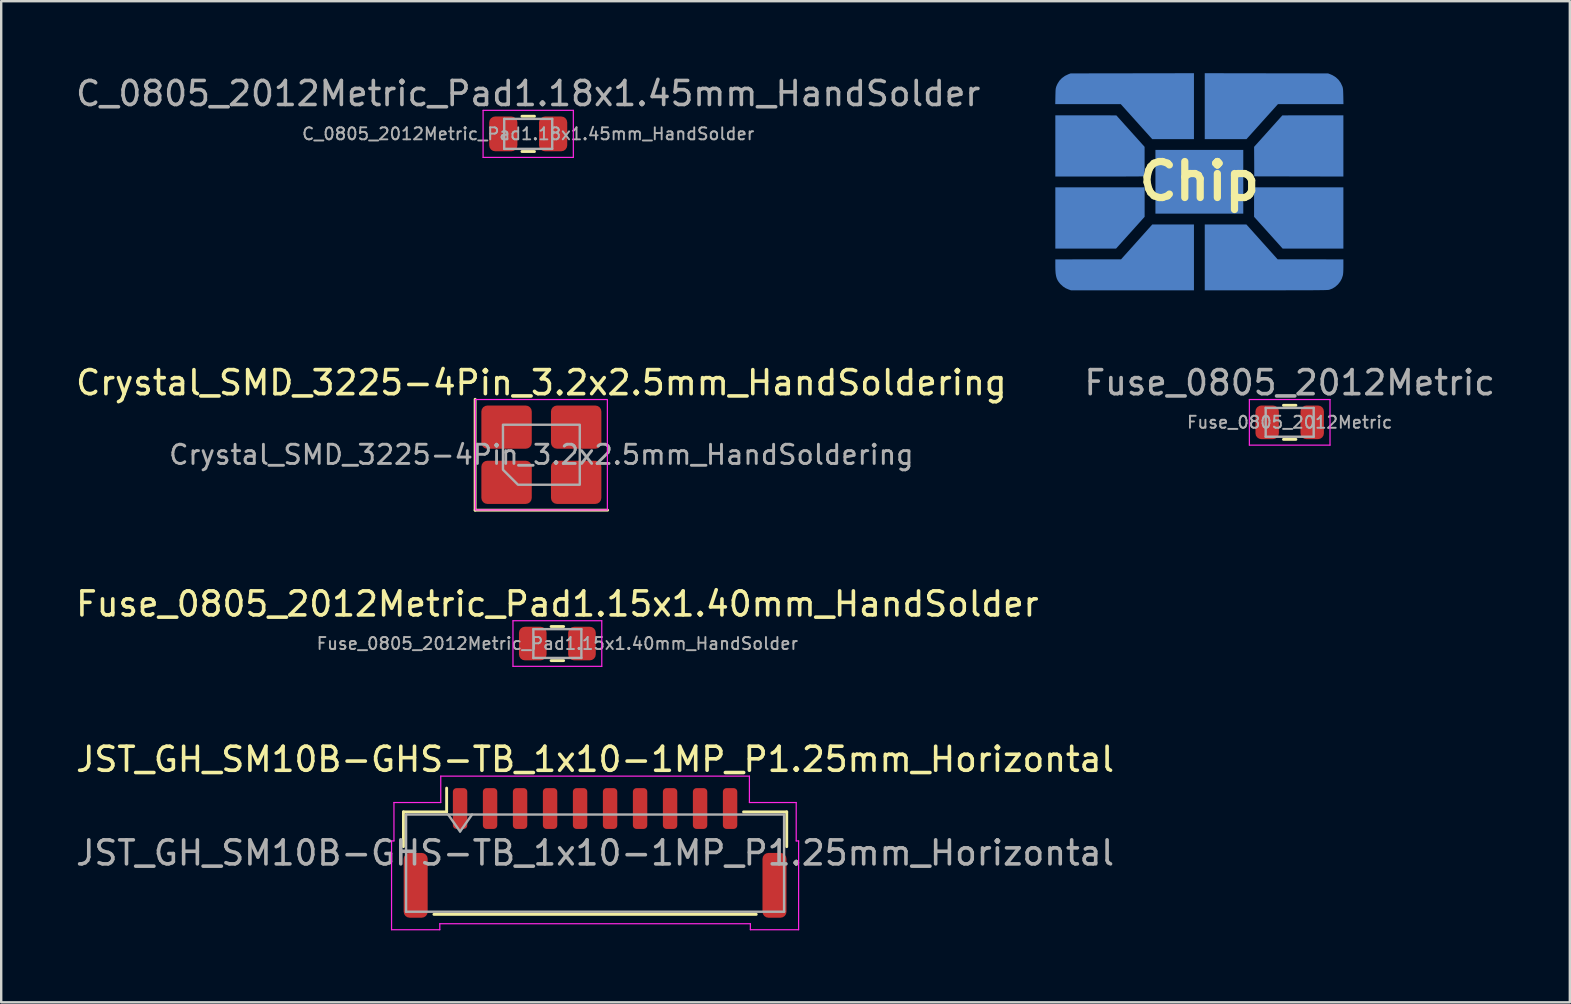
<source format=kicad_pcb>
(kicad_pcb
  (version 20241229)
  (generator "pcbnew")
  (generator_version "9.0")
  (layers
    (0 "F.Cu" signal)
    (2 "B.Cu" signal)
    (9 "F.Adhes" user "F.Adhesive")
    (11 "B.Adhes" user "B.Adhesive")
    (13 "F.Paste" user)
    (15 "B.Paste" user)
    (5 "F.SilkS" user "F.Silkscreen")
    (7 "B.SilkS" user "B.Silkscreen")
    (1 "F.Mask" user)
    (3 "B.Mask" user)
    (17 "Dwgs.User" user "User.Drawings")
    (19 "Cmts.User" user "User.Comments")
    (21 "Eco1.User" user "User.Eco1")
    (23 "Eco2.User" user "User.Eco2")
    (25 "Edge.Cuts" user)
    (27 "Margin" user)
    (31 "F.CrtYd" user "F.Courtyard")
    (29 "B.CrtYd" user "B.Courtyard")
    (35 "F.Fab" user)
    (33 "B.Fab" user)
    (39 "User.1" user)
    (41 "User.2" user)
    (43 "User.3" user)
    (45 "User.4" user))
  (footprint "C_0805_2012Metric_Pad1.18x1.45mm_HandSolder"
    (layer "F.Cu")
    (at 18.958 2.528)
    (property "Reference" "C_0805_2012Metric_Pad1.18x1.45mm_HandSolder" (at 0 -1.68 0) (layer "F.Fab") (effects (font (size 1 1) (thickness 0.15))))
    (attr smd)
    (fp_line (start -0.261 -0.735) (end 0.261 -0.735) (stroke (width 0.12) (type solid)) (layer "F.SilkS"))
    (fp_line (start -0.261 0.735) (end 0.261 0.735) (stroke (width 0.12) (type solid)) (layer "F.SilkS"))
    (fp_line (start -1.88 -0.98) (end 1.88 -0.98) (stroke (width 0.05) (type solid)) (layer "F.CrtYd"))
    (fp_line (start -1.88 0.98) (end -1.88 -0.98) (stroke (width 0.05) (type solid)) (layer "F.CrtYd"))
    (fp_line (start 1.88 -0.98) (end 1.88 0.98) (stroke (width 0.05) (type solid)) (layer "F.CrtYd"))
    (fp_line (start 1.88 0.98) (end -1.88 0.98) (stroke (width 0.05) (type solid)) (layer "F.CrtYd"))
    (fp_line (start -1 -0.625) (end 1 -0.625) (stroke (width 0.1) (type solid)) (layer "F.Fab"))
    (fp_line (start -1 0.625) (end -1 -0.625) (stroke (width 0.1) (type solid)) (layer "F.Fab"))
    (fp_line (start 1 -0.625) (end 1 0.625) (stroke (width 0.1) (type solid)) (layer "F.Fab"))
    (fp_line (start 1 0.625) (end -1 0.625) (stroke (width 0.1) (type solid)) (layer "F.Fab"))
    (fp_text user "${REFERENCE}" (at 0 0 0) (layer "F.Fab") (effects (font (size 0.5 0.5) (thickness 0.08))))
    (pad "1" smd roundrect (at -1.038 0) (size 1.175 1.45) (layers "F.Cu" "F.Mask" "F.Paste") (roundrect_rratio 0.213))
    (pad "2" smd roundrect (at 1.038 0) (size 1.175 1.45) (layers "F.Cu" "F.Mask" "F.Paste") (roundrect_rratio 0.213)))
  (footprint "Chip"
    (layer "F.Cu")
    (at 46.921 4.501)
    (property "Reference" "Chip" (at 0 0 0) (layer "F.SilkS") (effects (font (size 1.5 1.5) (thickness 0.3))))
    (attr board_only exclude_from_pos_files exclude_from_bom)
    (fp_poly (pts (xy -1.83 0.023) (xy -1.83 1.35) (xy 0 1.35) (xy 1.83 1.35) (xy 1.83 0.023) (xy 1.83 -1.305) (xy 0 -1.305) (xy -1.83 -1.305)) (stroke (width 0) (type solid)) (fill yes) (layers "B.Cu" "B.Mask"))
    (fp_poly (pts (xy -6.001 1.53) (xy -6.001 2.806) (xy -4.735 2.806) (xy -3.47 2.806) (xy -2.875 2.144) (xy -2.28 1.482) (xy -2.28 0.869) (xy -2.28 0.255) (xy -4.141 0.255) (xy -6.001 0.255)) (stroke (width 0) (type solid)) (fill yes) (layers "B.Cu" "B.Mask"))
    (fp_poly (pts (xy 2.28 0.868) (xy 2.28 1.482) (xy 2.875 2.144) (xy 3.47 2.806) (xy 4.735 2.806) (xy 6.001 2.806) (xy 6.001 1.53) (xy 6.001 0.255) (xy 4.141 0.255) (xy 2.28 0.255)) (stroke (width 0) (type solid)) (fill yes) (layers "B.Cu" "B.Mask"))
    (fp_poly (pts (xy 4.73 -2.745) (xy 3.458 -2.744) (xy 2.87 -2.088) (xy 2.281 -1.433) (xy 2.285 -0.818) (xy 2.288 -0.203) (xy 4.145 -0.199) (xy 6.001 -0.195) (xy 6.001 -1.47) (xy 6.001 -2.746)) (stroke (width 0) (type solid)) (fill yes) (layers "B.Cu" "B.Mask"))
    (fp_poly (pts (xy -2.611 2.528) (xy -3.263 3.255) (xy -4.632 3.255) (xy -6.001 3.256) (xy -6.001 3.544) (xy -5.998 3.701) (xy -5.989 3.832) (xy -5.972 3.942) (xy -5.946 4.037) (xy -5.909 4.121) (xy -5.861 4.197) (xy -5.8 4.272) (xy -5.78 4.293) (xy -5.679 4.386) (xy -5.573 4.456) (xy -5.451 4.509) (xy -5.45 4.509) (xy -5.349 4.545) (xy -2.787 4.546) (xy -0.225 4.546) (xy -0.225 3.173) (xy -0.225 1.8) (xy -1.092 1.8) (xy -1.96 1.8)) (stroke (width 0) (type solid)) (fill yes) (layers "B.Cu" "B.Mask"))
    (fp_poly (pts (xy 0.225 -3.128) (xy 0.225 -1.755) (xy 1.095 -1.755) (xy 1.965 -1.755) (xy 2.619 -2.483) (xy 3.274 -3.211) (xy 4.639 -3.211) (xy 6.004 -3.211) (xy 5.998 -3.537) (xy 5.995 -3.648) (xy 5.992 -3.733) (xy 5.989 -3.799) (xy 5.984 -3.849) (xy 5.977 -3.889) (xy 5.969 -3.922) (xy 5.959 -3.952) (xy 5.89 -4.099) (xy 5.8 -4.225) (xy 5.688 -4.33) (xy 5.555 -4.414) (xy 5.467 -4.453) (xy 5.364 -4.493) (xy 2.794 -4.497) (xy 0.225 -4.501)) (stroke (width 0) (type solid)) (fill yes) (layers "B.Cu" "B.Mask"))
    (fp_poly (pts (xy -2.794 -4.497) (xy -5.364 -4.493) (xy -5.452 -4.46) (xy -5.601 -4.389) (xy -5.727 -4.297) (xy -5.832 -4.186) (xy -5.914 -4.054) (xy -5.953 -3.966) (xy -5.966 -3.931) (xy -5.975 -3.897) (xy -5.983 -3.862) (xy -5.988 -3.819) (xy -5.992 -3.764) (xy -5.994 -3.691) (xy -5.997 -3.596) (xy -5.998 -3.537) (xy -6.004 -3.211) (xy -4.639 -3.211) (xy -3.273 -3.211) (xy -2.619 -2.483) (xy -1.965 -1.755) (xy -1.095 -1.755) (xy -0.225 -1.755) (xy -0.225 -3.128) (xy -0.225 -4.501)) (stroke (width 0) (type solid)) (fill yes) (layers "B.Cu" "B.Mask"))
    (fp_poly (pts (xy -6.001 -1.47) (xy -6.001 -0.195) (xy -4.151 -0.195) (xy -3.918 -0.195) (xy -3.693 -0.195) (xy -3.478 -0.196) (xy -3.275 -0.196) (xy -3.086 -0.197) (xy -2.913 -0.198) (xy -2.757 -0.198) (xy -2.621 -0.199) (xy -2.505 -0.2) (xy -2.413 -0.202) (xy -2.345 -0.203) (xy -2.303 -0.204) (xy -2.29 -0.205) (xy -2.288 -0.222) (xy -2.286 -0.265) (xy -2.285 -0.332) (xy -2.283 -0.42) (xy -2.282 -0.524) (xy -2.281 -0.643) (xy -2.281 -0.772) (xy -2.281 -0.824) (xy -2.281 -1.433) (xy -2.87 -2.088) (xy -3.458 -2.744) (xy -4.73 -2.745) (xy -6.001 -2.746)) (stroke (width 0) (type solid)) (fill yes) (layers "B.Cu" "B.Mask"))
    (fp_poly (pts (xy 0.225 3.173) (xy 0.225 4.546) (xy 2.779 4.545) (xy 3.11 4.545) (xy 3.411 4.545) (xy 3.686 4.544) (xy 3.934 4.544) (xy 4.157 4.543) (xy 4.357 4.543) (xy 4.535 4.542) (xy 4.692 4.542) (xy 4.83 4.541) (xy 4.949 4.54) (xy 5.051 4.538) (xy 5.137 4.537) (xy 5.21 4.536) (xy 5.269 4.534) (xy 5.316 4.532) (xy 5.353 4.53) (xy 5.381 4.527) (xy 5.401 4.525) (xy 5.414 4.522) (xy 5.544 4.472) (xy 5.665 4.397) (xy 5.773 4.301) (xy 5.864 4.187) (xy 5.934 4.06) (xy 5.978 3.929) (xy 5.988 3.874) (xy 5.995 3.8) (xy 5.999 3.705) (xy 6.001 3.584) (xy 6.001 3.544) (xy 6.001 3.256) (xy 4.632 3.255) (xy 3.263 3.255) (xy 2.611 2.528) (xy 1.959 1.8) (xy 1.092 1.8) (xy 0.225 1.8)) (stroke (width 0) (type solid)) (fill yes) (layers "B.Cu" "B.Mask")))
  (footprint "JST_GH_SM10B-GHS-TB_1x10-1MP_P1.25mm_Horizontal"
    (layer "F.Cu")
    (at 21.744 32.487)
    (property "Reference" "JST_GH_SM10B-GHS-TB_1x10-1MP_P1.25mm_Horizontal" (at 0 -3.9 0) (layer "F.SilkS") (effects (font (size 1 1) (thickness 0.15))))
    (attr smd)
    (fp_line (start -7.985 -1.71) (end -6.185 -1.71) (stroke (width 0.12) (type solid)) (layer "F.SilkS"))
    (fp_line (start -7.985 -0.26) (end -7.985 -1.71) (stroke (width 0.12) (type solid)) (layer "F.SilkS"))
    (fp_line (start -6.715 2.56) (end 6.715 2.56) (stroke (width 0.12) (type solid)) (layer "F.SilkS"))
    (fp_line (start -6.185 -1.71) (end -6.185 -2.7) (stroke (width 0.12) (type solid)) (layer "F.SilkS"))
    (fp_line (start 7.985 -1.71) (end 6.185 -1.71) (stroke (width 0.12) (type solid)) (layer "F.SilkS"))
    (fp_line (start 7.985 -0.26) (end 7.985 -1.71) (stroke (width 0.12) (type solid)) (layer "F.SilkS"))
    (fp_line (start -8.48 -0.5) (end -8.38 -0.5) (stroke (width 0.05) (type solid)) (layer "F.CrtYd"))
    (fp_line (start -8.48 3.2) (end -8.48 -0.5) (stroke (width 0.05) (type solid)) (layer "F.CrtYd"))
    (fp_line (start -8.38 -2.1) (end -6.43 -2.1) (stroke (width 0.05) (type solid)) (layer "F.CrtYd"))
    (fp_line (start -8.38 -0.5) (end -8.38 -2.1) (stroke (width 0.05) (type solid)) (layer "F.CrtYd"))
    (fp_line (start -6.47 2.95) (end -6.47 3.2) (stroke (width 0.05) (type solid)) (layer "F.CrtYd"))
    (fp_line (start -6.47 3.2) (end -8.48 3.2) (stroke (width 0.05) (type solid)) (layer "F.CrtYd"))
    (fp_line (start -6.43 -3.2) (end 6.43 -3.2) (stroke (width 0.05) (type solid)) (layer "F.CrtYd"))
    (fp_line (start -6.43 -2.1) (end -6.43 -3.2) (stroke (width 0.05) (type solid)) (layer "F.CrtYd"))
    (fp_line (start 6.43 -3.2) (end 6.43 -2.1) (stroke (width 0.05) (type solid)) (layer "F.CrtYd"))
    (fp_line (start 6.43 -2.1) (end 8.38 -2.1) (stroke (width 0.05) (type solid)) (layer "F.CrtYd"))
    (fp_line (start 6.47 2.95) (end -6.47 2.95) (stroke (width 0.05) (type solid)) (layer "F.CrtYd"))
    (fp_line (start 6.47 3.2) (end 6.47 2.95) (stroke (width 0.05) (type solid)) (layer "F.CrtYd"))
    (fp_line (start 8.38 -2.1) (end 8.38 -0.5) (stroke (width 0.05) (type solid)) (layer "F.CrtYd"))
    (fp_line (start 8.38 -0.5) (end 8.48 -0.5) (stroke (width 0.05) (type solid)) (layer "F.CrtYd"))
    (fp_line (start 8.48 -0.5) (end 8.48 3.2) (stroke (width 0.05) (type solid)) (layer "F.CrtYd"))
    (fp_line (start 8.48 3.2) (end 6.47 3.2) (stroke (width 0.05) (type solid)) (layer "F.CrtYd"))
    (fp_line (start -7.875 -1.6) (end -7.875 2.45) (stroke (width 0.1) (type solid)) (layer "F.Fab"))
    (fp_line (start -7.875 -1.6) (end 7.875 -1.6) (stroke (width 0.1) (type solid)) (layer "F.Fab"))
    (fp_line (start -7.875 2.45) (end 7.875 2.45) (stroke (width 0.1) (type solid)) (layer "F.Fab"))
    (fp_line (start -6.125 -1.6) (end -5.625 -0.893) (stroke (width 0.1) (type solid)) (layer "F.Fab"))
    (fp_line (start -5.625 -0.893) (end -5.125 -1.6) (stroke (width 0.1) (type solid)) (layer "F.Fab"))
    (fp_line (start 7.875 -1.6) (end 7.875 2.45) (stroke (width 0.1) (type solid)) (layer "F.Fab"))
    (fp_text user "${REFERENCE}" (at 0 0 0) (layer "F.Fab") (effects (font (size 1 1) (thickness 0.15))))
    (pad "1" smd roundrect (at -5.625 -1.85) (size 0.6 1.7) (layers "F.Cu" "F.Mask" "F.Paste") (roundrect_rratio 0.25))
    (pad "2" smd roundrect (at -4.375 -1.85) (size 0.6 1.7) (layers "F.Cu" "F.Mask" "F.Paste") (roundrect_rratio 0.25))
    (pad "3" smd roundrect (at -3.125 -1.85) (size 0.6 1.7) (layers "F.Cu" "F.Mask" "F.Paste") (roundrect_rratio 0.25))
    (pad "4" smd roundrect (at -1.875 -1.85) (size 0.6 1.7) (layers "F.Cu" "F.Mask" "F.Paste") (roundrect_rratio 0.25))
    (pad "5" smd roundrect (at -0.625 -1.85) (size 0.6 1.7) (layers "F.Cu" "F.Mask" "F.Paste") (roundrect_rratio 0.25))
    (pad "6" smd roundrect (at 0.625 -1.85) (size 0.6 1.7) (layers "F.Cu" "F.Mask" "F.Paste") (roundrect_rratio 0.25))
    (pad "7" smd roundrect (at 1.875 -1.85) (size 0.6 1.7) (layers "F.Cu" "F.Mask" "F.Paste") (roundrect_rratio 0.25))
    (pad "8" smd roundrect (at 3.125 -1.85) (size 0.6 1.7) (layers "F.Cu" "F.Mask" "F.Paste") (roundrect_rratio 0.25))
    (pad "9" smd roundrect (at 4.375 -1.85) (size 0.6 1.7) (layers "F.Cu" "F.Mask" "F.Paste") (roundrect_rratio 0.25))
    (pad "10" smd roundrect (at 5.625 -1.85) (size 0.6 1.7) (layers "F.Cu" "F.Mask" "F.Paste") (roundrect_rratio 0.25))
    (pad "MP" smd roundrect (at -7.475 1.35) (size 1 2.7) (layers "F.Cu" "F.Mask" "F.Paste") (roundrect_rratio 0.25))
    (pad "MP" smd roundrect (at 7.475 1.35) (size 1 2.7) (layers "F.Cu" "F.Mask" "F.Paste") (roundrect_rratio 0.25)))
  (footprint "Fuse_0805_2012Metric"
    (layer "F.Cu")
    (at 50.685 14.546)
    (property "Reference" "Fuse_0805_2012Metric" (at 0 -1.65 180) (layer "F.Fab") (effects (font (size 1 1) (thickness 0.15))))
    (attr smd)
    (fp_line (start -0.259 -0.71) (end 0.259 -0.71) (stroke (width 0.12) (type solid)) (layer "F.SilkS"))
    (fp_line (start -0.259 0.71) (end 0.259 0.71) (stroke (width 0.12) (type solid)) (layer "F.SilkS"))
    (fp_line (start -1.68 -0.95) (end 1.68 -0.95) (stroke (width 0.05) (type solid)) (layer "F.CrtYd"))
    (fp_line (start -1.68 0.95) (end -1.68 -0.95) (stroke (width 0.05) (type solid)) (layer "F.CrtYd"))
    (fp_line (start 1.68 -0.95) (end 1.68 0.95) (stroke (width 0.05) (type solid)) (layer "F.CrtYd"))
    (fp_line (start 1.68 0.95) (end -1.68 0.95) (stroke (width 0.05) (type solid)) (layer "F.CrtYd"))
    (fp_line (start -1 -0.6) (end 1 -0.6) (stroke (width 0.1) (type solid)) (layer "F.Fab"))
    (fp_line (start -1 0.6) (end -1 -0.6) (stroke (width 0.1) (type solid)) (layer "F.Fab"))
    (fp_line (start 1 -0.6) (end 1 0.6) (stroke (width 0.1) (type solid)) (layer "F.Fab"))
    (fp_line (start 1 0.6) (end -1 0.6) (stroke (width 0.1) (type solid)) (layer "F.Fab"))
    (fp_text user "${REFERENCE}" (at 0 0 180) (layer "F.Fab") (effects (font (size 0.5 0.5) (thickness 0.08))))
    (pad "1" smd roundrect (at -0.938 0) (size 0.975 1.4) (layers "F.Cu" "F.Mask" "F.Paste") (roundrect_rratio 0.25))
    (pad "2" smd roundrect (at 0.938 0) (size 0.975 1.4) (layers "F.Cu" "F.Mask" "F.Paste") (roundrect_rratio 0.25)))
  (footprint "Crystal_SMD_3225-4Pin_3.2x2.5mm_HandSoldering"
    (layer "F.Cu")
    (at 19.506 15.896)
    (property "Reference" "Crystal_SMD_3225-4Pin_3.2x2.5mm_HandSoldering" (at 0 -3 0) (layer "F.SilkS") (effects (font (size 1 1) (thickness 0.15))))
    (attr smd)
    (fp_line (start -2.76 -2.31) (end -2.76 2.31) (stroke (width 0.12) (type solid)) (layer "F.SilkS"))
    (fp_line (start -2.76 2.31) (end 2.76 2.31) (stroke (width 0.12) (type solid)) (layer "F.SilkS"))
    (fp_rect (start -2.75 -2.3) (end 2.75 2.3) (stroke (width 0.05) (type solid)) (fill no) (layer "F.CrtYd"))
    (fp_poly (pts (xy -1.6 -1.25) (xy -1.6 0.625) (xy -0.975 1.25) (xy 1.6 1.25) (xy 1.6 -1.25)) (stroke (width 0.1) (type solid)) (fill no) (layer "F.Fab"))
    (fp_text user "${REFERENCE}" (at 0 0 0) (layer "F.Fab") (effects (font (size 0.8 0.8) (thickness 0.12))))
    (pad "1" smd roundrect (at -1.45 1.15) (size 2.1 1.8) (layers "F.Cu" "F.Mask" "F.Paste") (roundrect_rratio 0.139))
    (pad "2" smd roundrect (at 1.45 1.15) (size 2.1 1.8) (layers "F.Cu" "F.Mask" "F.Paste") (roundrect_rratio 0.139))
    (pad "3" smd roundrect (at 1.45 -1.15) (size 2.1 1.8) (layers "F.Cu" "F.Mask" "F.Paste") (roundrect_rratio 0.139))
    (pad "4" smd roundrect (at -1.45 -1.15) (size 2.1 1.8) (layers "F.Cu" "F.Mask" "F.Paste") (roundrect_rratio 0.139)))
  (footprint "Fuse_0805_2012Metric_Pad1.15x1.40mm_HandSolder"
    (layer "F.Cu")
    (at 20.173 23.764)
    (property "Reference" "Fuse_0805_2012Metric_Pad1.15x1.40mm_HandSolder" (at 0 -1.65 0) (layer "F.SilkS") (effects (font (size 1 1) (thickness 0.15))))
    (attr smd)
    (fp_line (start -0.261 -0.71) (end 0.261 -0.71) (stroke (width 0.12) (type solid)) (layer "F.SilkS"))
    (fp_line (start -0.261 0.71) (end 0.261 0.71) (stroke (width 0.12) (type solid)) (layer "F.SilkS"))
    (fp_line (start -1.85 -0.95) (end 1.85 -0.95) (stroke (width 0.05) (type solid)) (layer "F.CrtYd"))
    (fp_line (start -1.85 0.95) (end -1.85 -0.95) (stroke (width 0.05) (type solid)) (layer "F.CrtYd"))
    (fp_line (start 1.85 -0.95) (end 1.85 0.95) (stroke (width 0.05) (type solid)) (layer "F.CrtYd"))
    (fp_line (start 1.85 0.95) (end -1.85 0.95) (stroke (width 0.05) (type solid)) (layer "F.CrtYd"))
    (fp_line (start -1 -0.6) (end 1 -0.6) (stroke (width 0.1) (type solid)) (layer "F.Fab"))
    (fp_line (start -1 0.6) (end -1 -0.6) (stroke (width 0.1) (type solid)) (layer "F.Fab"))
    (fp_line (start 1 -0.6) (end 1 0.6) (stroke (width 0.1) (type solid)) (layer "F.Fab"))
    (fp_line (start 1 0.6) (end -1 0.6) (stroke (width 0.1) (type solid)) (layer "F.Fab"))
    (fp_text user "${REFERENCE}" (at 0 0 0) (layer "F.Fab") (effects (font (size 0.5 0.5) (thickness 0.08))))
    (pad "1" smd roundrect (at -1.025 0) (size 1.15 1.4) (layers "F.Cu" "F.Mask" "F.Paste") (roundrect_rratio 0.217))
    (pad "2" smd roundrect (at 1.025 0) (size 1.15 1.4) (layers "F.Cu" "F.Mask" "F.Paste") (roundrect_rratio 0.217)))
  (gr_rect
    (start -3 -3)
    (end 62.357 38.712)
    (stroke (width 0.1) (type default))
    (fill no)
    (layer "Edge.Cuts")))
</source>
